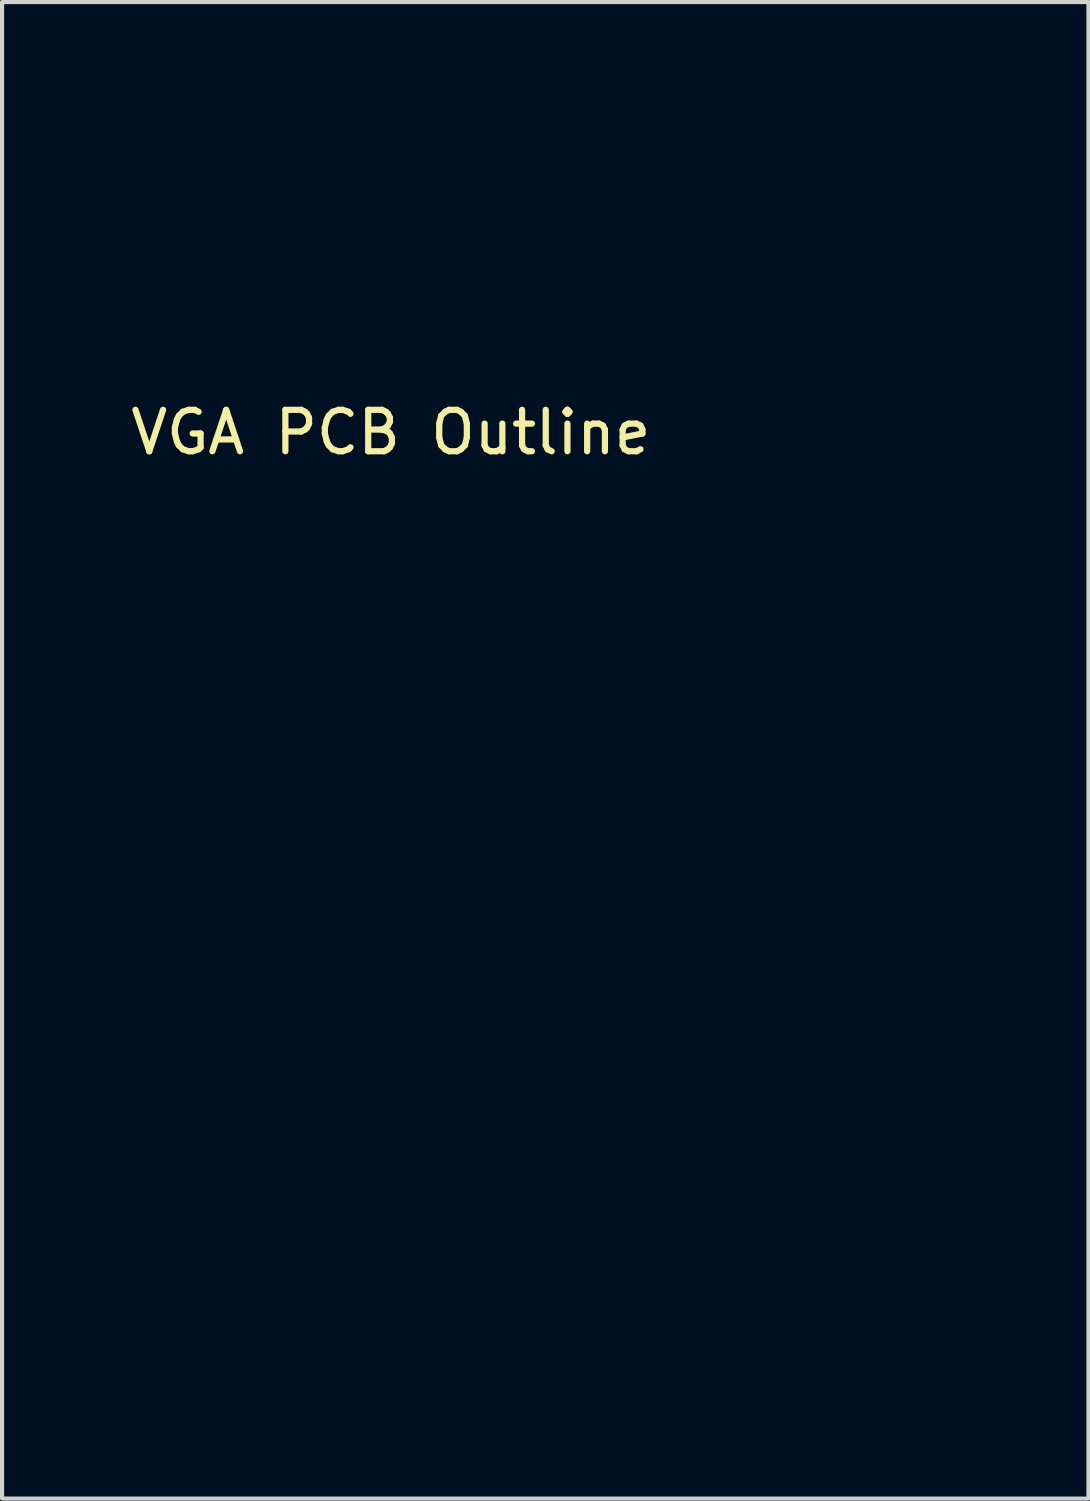
<source format=kicad_pcb>
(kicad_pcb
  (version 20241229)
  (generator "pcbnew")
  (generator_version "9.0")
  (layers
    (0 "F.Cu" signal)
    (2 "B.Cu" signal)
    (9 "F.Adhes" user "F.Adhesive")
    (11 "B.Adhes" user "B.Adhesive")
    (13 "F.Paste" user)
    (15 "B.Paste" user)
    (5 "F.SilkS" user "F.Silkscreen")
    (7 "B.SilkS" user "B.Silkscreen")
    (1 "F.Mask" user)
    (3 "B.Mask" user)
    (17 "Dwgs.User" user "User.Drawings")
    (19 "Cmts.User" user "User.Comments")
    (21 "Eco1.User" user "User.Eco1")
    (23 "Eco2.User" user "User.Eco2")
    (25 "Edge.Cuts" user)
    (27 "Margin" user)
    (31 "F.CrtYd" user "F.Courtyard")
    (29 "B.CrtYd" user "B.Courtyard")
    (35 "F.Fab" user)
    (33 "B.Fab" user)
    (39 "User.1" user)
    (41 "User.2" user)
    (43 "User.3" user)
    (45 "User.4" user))
  (footprint "VGA PCB Outline"
    (layer "F.Cu")
    (at 13.962 15.064)
    (property "Reference" "VGA PCB Outline" (at -7.575 -7.675 0) (unlocked yes) (layer "F.SilkS") (effects (font (size 1 1) (thickness 0.15))))
    (attr smd)
    (fp_poly (pts (xy 0.592 -15.014) (xy 0.97 -15.014) (xy 1.323 -15.014) (xy 1.652 -15.014) (xy 1.957 -15.014) (xy 2.239 -15.013) (xy 2.5 -15.013) (xy 2.74 -15.013) (xy 2.961 -15.013) (xy 3.162 -15.012) (xy 3.345 -15.012) (xy 3.511 -15.011) (xy 3.66 -15.011) (xy 3.794 -15.01) (xy 3.913 -15.009) (xy 4.018 -15.008) (xy 4.111 -15.007) (xy 4.191 -15.006) (xy 4.261 -15.005) (xy 4.32 -15.004) (xy 4.369 -15.003) (xy 4.41 -15.001) (xy 4.444 -15) (xy 4.471 -14.998) (xy 4.491 -14.996) (xy 4.507 -14.994) (xy 4.511 -14.994) (xy 4.735 -14.947) (xy 4.943 -14.879) (xy 5.138 -14.791) (xy 5.321 -14.679) (xy 5.496 -14.543) (xy 5.618 -14.429) (xy 5.768 -14.264) (xy 5.896 -14.09) (xy 6.002 -13.905) (xy 6.089 -13.704) (xy 6.158 -13.485) (xy 6.178 -13.402) (xy 6.208 -13.272) (xy 6.212 0.871) (xy 6.216 15.014) (xy -4.009 15.014) (xy -4.009 12.052) (xy 0.017 12.052) (xy 0.017 12.149) (xy 0.023 12.245) (xy 0.033 12.329) (xy 0.044 12.384) (xy 0.095 12.532) (xy 0.159 12.662) (xy 0.241 12.782) (xy 0.336 12.889) (xy 0.455 12.997) (xy 0.579 13.083) (xy 0.712 13.149) (xy 0.86 13.197) (xy 1.022 13.229) (xy 1.104 13.236) (xy 1.202 13.234) (xy 1.301 13.224) (xy 1.46 13.189) (xy 1.617 13.132) (xy 1.708 13.086) (xy 1.785 13.035) (xy 1.868 12.967) (xy 1.951 12.889) (xy 2.027 12.806) (xy 2.088 12.726) (xy 2.11 12.692) (xy 2.188 12.536) (xy 2.24 12.375) (xy 2.269 12.21) (xy 2.273 12.046) (xy 2.253 11.883) (xy 2.21 11.725) (xy 2.144 11.574) (xy 2.055 11.434) (xy 1.951 11.313) (xy 1.818 11.197) (xy 1.677 11.105) (xy 1.525 11.038) (xy 1.362 10.995) (xy 1.258 10.981) (xy 1.083 10.976) (xy 0.915 10.997) (xy 0.755 11.041) (xy 0.605 11.108) (xy 0.468 11.195) (xy 0.344 11.302) (xy 0.237 11.427) (xy 0.148 11.568) (xy 0.078 11.724) (xy 0.032 11.889) (xy 0.021 11.963) (xy 0.017 12.052) (xy -4.009 12.052) (xy -4.009 11.678) (xy -6.202 11.678) (xy -6.202 8.103) (xy -4.571 8.103) (xy -4.565 8.204) (xy -4.538 8.303) (xy -4.488 8.396) (xy -4.415 8.479) (xy -4.407 8.487) (xy -4.35 8.531) (xy -4.29 8.562) (xy -4.217 8.585) (xy -4.201 8.589) (xy -4.154 8.6) (xy -4.122 8.606) (xy -4.095 8.607) (xy -4.062 8.602) (xy -4.015 8.592) (xy -4.004 8.59) (xy -3.947 8.575) (xy -3.891 8.555) (xy -3.855 8.537) (xy -3.772 8.474) (xy -3.705 8.393) (xy -3.657 8.299) (xy -3.628 8.198) (xy -3.622 8.093) (xy -3.638 7.999) (xy -3.681 7.894) (xy -3.745 7.805) (xy -3.831 7.73) (xy -3.904 7.686) (xy -3.943 7.667) (xy -3.978 7.656) (xy -4.019 7.65) (xy -4.075 7.649) (xy -4.097 7.648) (xy -4.16 7.65) (xy -4.206 7.654) (xy -4.245 7.664) (xy -4.285 7.681) (xy -4.292 7.685) (xy -4.387 7.745) (xy -4.463 7.82) (xy -4.519 7.908) (xy -4.556 8.003) (xy -4.571 8.103) (xy -6.202 8.103) (xy -6.202 5.584) (xy -4.572 5.584) (xy -4.57 5.626) (xy -4.553 5.726) (xy -4.517 5.812) (xy -4.458 5.892) (xy -4.446 5.905) (xy -4.359 5.98) (xy -4.262 6.03) (xy -4.157 6.055) (xy -4.046 6.055) (xy -3.933 6.03) (xy -3.919 6.025) (xy -3.838 5.982) (xy -3.763 5.919) (xy -3.701 5.843) (xy -3.673 5.794) (xy -3.635 5.69) (xy -3.622 5.585) (xy -3.625 5.559) (xy 0.613 5.559) (xy 0.621 5.673) (xy 0.624 5.689) (xy 0.651 5.784) (xy 0.692 5.864) (xy 0.751 5.938) (xy 0.773 5.961) (xy 0.867 6.037) (xy 0.971 6.088) (xy 1.081 6.114) (xy 1.196 6.114) (xy 1.24 6.107) (xy 1.354 6.071) (xy 1.456 6.01) (xy 1.517 5.958) (xy 1.59 5.868) (xy 1.64 5.769) (xy 1.668 5.663) (xy 1.673 5.556) (xy 1.658 5.45) (xy 1.622 5.349) (xy 1.565 5.257) (xy 1.489 5.177) (xy 1.394 5.112) (xy 1.388 5.109) (xy 1.28 5.067) (xy 1.172 5.05) (xy 1.066 5.055) (xy 0.965 5.081) (xy 0.872 5.126) (xy 0.789 5.187) (xy 0.719 5.263) (xy 0.664 5.352) (xy 0.628 5.451) (xy 0.613 5.559) (xy -3.625 5.559) (xy -3.632 5.484) (xy -3.662 5.389) (xy -3.712 5.303) (xy -3.779 5.229) (xy -3.861 5.17) (xy -3.957 5.13) (xy -4.064 5.111) (xy -4.097 5.11) (xy -4.208 5.122) (xy -4.308 5.158) (xy -4.397 5.213) (xy -4.47 5.287) (xy -4.525 5.375) (xy -4.56 5.475) (xy -4.572 5.584) (xy -6.202 5.584) (xy -6.202 4.493) (xy -1.367 4.493) (xy -1.346 4.597) (xy -1.303 4.695) (xy -1.241 4.783) (xy -1.159 4.859) (xy -1.059 4.919) (xy -0.982 4.949) (xy -0.906 4.969) (xy -0.842 4.976) (xy -0.776 4.97) (xy -0.72 4.957) (xy -0.642 4.933) (xy -0.58 4.905) (xy -0.524 4.867) (xy -0.479 4.829) (xy -0.401 4.741) (xy -0.347 4.646) (xy -0.315 4.544) (xy -0.305 4.447) (xy 2.59 4.447) (xy 2.595 4.493) (xy 2.602 4.534) (xy 2.637 4.648) (xy 2.692 4.746) (xy 2.766 4.829) (xy 2.828 4.88) (xy 2.889 4.917) (xy 2.959 4.944) (xy 3.002 4.957) (xy 3.082 4.973) (xy 3.154 4.975) (xy 3.229 4.961) (xy 3.239 4.959) (xy 3.357 4.915) (xy 3.458 4.85) (xy 3.542 4.765) (xy 3.608 4.659) (xy 3.609 4.656) (xy 3.629 4.613) (xy 3.642 4.577) (xy 3.649 4.54) (xy 3.652 4.493) (xy 3.652 4.433) (xy 3.651 4.369) (xy 3.648 4.324) (xy 3.641 4.288) (xy 3.627 4.253) (xy 3.607 4.213) (xy 3.539 4.107) (xy 3.454 4.023) (xy 3.354 3.96) (xy 3.24 3.919) (xy 3.21 3.913) (xy 3.098 3.906) (xy 2.987 3.923) (xy 2.881 3.963) (xy 2.787 4.025) (xy 2.753 4.057) (xy 2.682 4.144) (xy 2.632 4.243) (xy 2.602 4.347) (xy 2.592 4.403) (xy 2.59 4.447) (xy -0.305 4.447) (xy -0.304 4.441) (xy -0.314 4.338) (xy -0.344 4.239) (xy -0.392 4.147) (xy -0.458 4.065) (xy -0.541 3.997) (xy -0.64 3.944) (xy -0.753 3.912) (xy -0.856 3.906) (xy -0.962 3.922) (xy -1.065 3.958) (xy -1.158 4.013) (xy -1.227 4.075) (xy -1.298 4.174) (xy -1.344 4.278) (xy -1.367 4.386) (xy -1.367 4.493) (xy -6.202 4.493) (xy -6.202 3.059) (xy -4.573 3.059) (xy -4.558 3.162) (xy -4.521 3.26) (xy -4.46 3.35) (xy -4.437 3.375) (xy -4.372 3.429) (xy -4.292 3.478) (xy -4.212 3.513) (xy -4.211 3.513) (xy -4.181 3.518) (xy -4.134 3.52) (xy -4.08 3.52) (xy -4.076 3.52) (xy -4.011 3.514) (xy -3.959 3.502) (xy -3.906 3.48) (xy -3.895 3.474) (xy -3.797 3.41) (xy -3.737 3.346) (xy 0.615 3.346) (xy 0.619 3.377) (xy 0.64 3.466) (xy 0.671 3.54) (xy 0.716 3.608) (xy 0.745 3.642) (xy 0.826 3.719) (xy 0.908 3.772) (xy 0.998 3.804) (xy 1.102 3.817) (xy 1.157 3.817) (xy 1.222 3.815) (xy 1.269 3.809) (xy 1.309 3.799) (xy 1.351 3.781) (xy 1.375 3.77) (xy 1.474 3.707) (xy 1.556 3.626) (xy 1.618 3.532) (xy 1.658 3.427) (xy 1.675 3.315) (xy 1.669 3.21) (xy 1.637 3.097) (xy 1.584 2.997) (xy 1.512 2.911) (xy 1.424 2.842) (xy 1.324 2.793) (xy 1.213 2.765) (xy 1.096 2.762) (xy 1.083 2.763) (xy 1.008 2.779) (xy 0.927 2.809) (xy 0.85 2.85) (xy 0.786 2.896) (xy 0.763 2.918) (xy 0.691 3.015) (xy 0.642 3.122) (xy 0.616 3.233) (xy 0.615 3.346) (xy -3.737 3.346) (xy -3.718 3.326) (xy -3.663 3.236) (xy -3.644 3.189) (xy -3.632 3.147) (xy -3.627 3.099) (xy -3.626 3.04) (xy -3.628 2.975) (xy -3.634 2.927) (xy -3.647 2.883) (xy -3.661 2.852) (xy -3.721 2.752) (xy -3.799 2.672) (xy -3.893 2.614) (xy -4.003 2.577) (xy -4.01 2.575) (xy -4.065 2.565) (xy -4.107 2.562) (xy -4.15 2.567) (xy -4.192 2.576) (xy -4.267 2.597) (xy -4.325 2.621) (xy -4.377 2.655) (xy -4.407 2.68) (xy -4.482 2.762) (xy -4.534 2.855) (xy -4.565 2.955) (xy -4.573 3.059) (xy -6.202 3.059) (xy -6.202 2.146) (xy -1.365 2.146) (xy -1.364 2.212) (xy -1.36 2.26) (xy -1.352 2.299) (xy -1.339 2.336) (xy -1.329 2.357) (xy -1.273 2.45) (xy -1.199 2.533) (xy -1.113 2.6) (xy -1.019 2.647) (xy -0.983 2.659) (xy -0.893 2.674) (xy -0.795 2.674) (xy -0.703 2.661) (xy -0.685 2.656) (xy -0.577 2.611) (xy -0.483 2.543) (xy -0.405 2.457) (xy -0.357 2.375) (xy -0.318 2.263) (xy -0.308 2.176) (xy 2.592 2.176) (xy 2.602 2.244) (xy 2.638 2.363) (xy 2.695 2.464) (xy 2.772 2.547) (xy 2.817 2.582) (xy 2.914 2.634) (xy 3.021 2.665) (xy 3.133 2.676) (xy 3.242 2.665) (xy 3.34 2.634) (xy 3.429 2.58) (xy 3.511 2.507) (xy 3.579 2.421) (xy 3.609 2.369) (xy 3.629 2.325) (xy 3.642 2.29) (xy 3.649 2.252) (xy 3.652 2.205) (xy 3.652 2.146) (xy 3.651 2.081) (xy 3.648 2.033) (xy 3.64 1.996) (xy 3.626 1.959) (xy 3.613 1.931) (xy 3.55 1.831) (xy 3.468 1.746) (xy 3.37 1.679) (xy 3.261 1.635) (xy 3.226 1.626) (xy 3.115 1.615) (xy 3.008 1.628) (xy 2.907 1.663) (xy 2.816 1.716) (xy 2.737 1.786) (xy 2.672 1.87) (xy 2.625 1.964) (xy 2.597 2.067) (xy 2.592 2.176) (xy -0.308 2.176) (xy -0.305 2.151) (xy -0.315 2.04) (xy -0.349 1.935) (xy -0.404 1.839) (xy -0.48 1.754) (xy -0.575 1.686) (xy -0.616 1.664) (xy -0.662 1.643) (xy -0.701 1.631) (xy -0.741 1.624) (xy -0.792 1.622) (xy -0.834 1.622) (xy -0.906 1.624) (xy -0.961 1.63) (xy -1.009 1.642) (xy -1.039 1.653) (xy -1.129 1.702) (xy -1.211 1.773) (xy -1.283 1.862) (xy -1.313 1.913) (xy -1.337 1.96) (xy -1.352 1.995) (xy -1.361 2.03) (xy -1.364 2.071) (xy -1.365 2.128) (xy -1.365 2.146) (xy -6.202 2.146) (xy -6.202 0.496) (xy -4.574 0.496) (xy -4.564 0.598) (xy -4.534 0.695) (xy -4.482 0.785) (xy -4.409 0.863) (xy -4.383 0.883) (xy -4.285 0.94) (xy -4.181 0.973) (xy -4.075 0.981) (xy -3.996 0.967) (xy 0.614 0.967) (xy 0.619 1.08) (xy 0.646 1.19) (xy 0.67 1.248) (xy 0.698 1.296) (xy 0.739 1.344) (xy 0.76 1.366) (xy 0.855 1.445) (xy 0.959 1.499) (xy 1.069 1.529) (xy 1.184 1.532) (xy 1.301 1.509) (xy 1.302 1.509) (xy 1.411 1.462) (xy 1.503 1.394) (xy 1.577 1.31) (xy 1.631 1.21) (xy 1.663 1.099) (xy 1.672 1.002) (xy 1.66 0.883) (xy 1.624 0.774) (xy 1.566 0.678) (xy 1.489 0.597) (xy 1.393 0.533) (xy 1.307 0.498) (xy 1.191 0.474) (xy 1.08 0.474) (xy 0.976 0.497) (xy 0.88 0.54) (xy 0.796 0.6) (xy 0.725 0.675) (xy 0.669 0.763) (xy 0.632 0.861) (xy 0.614 0.967) (xy -3.996 0.967) (xy -3.97 0.963) (xy -3.949 0.956) (xy -3.848 0.908) (xy -3.765 0.842) (xy -3.699 0.762) (xy -3.653 0.67) (xy -3.627 0.572) (xy -3.623 0.47) (xy -3.64 0.368) (xy -3.681 0.269) (xy -3.727 0.202) (xy -3.793 0.137) (xy -3.878 0.082) (xy -3.974 0.043) (xy -4.003 0.035) (xy -4.056 0.023) (xy -4.096 0.019) (xy -4.134 0.021) (xy -4.182 0.031) (xy -4.189 0.033) (xy -4.252 0.049) (xy -4.297 0.065) (xy -4.337 0.086) (xy -4.379 0.117) (xy -4.396 0.13) (xy -4.473 0.208) (xy -4.528 0.298) (xy -4.561 0.395) (xy -4.574 0.496) (xy -6.202 0.496) (xy -6.202 -0.141) (xy -1.365 -0.141) (xy -1.364 -0.076) (xy -1.36 -0.029) (xy -1.353 0.008) (xy -1.339 0.045) (xy -1.326 0.074) (xy -1.287 0.138) (xy -1.235 0.203) (xy -1.176 0.263) (xy -1.117 0.31) (xy -1.083 0.329) (xy -0.967 0.371) (xy -0.85 0.387) (xy -0.734 0.378) (xy -0.623 0.343) (xy -0.613 0.339) (xy -0.516 0.279) (xy -0.435 0.202) (xy -0.371 0.109) (xy -0.328 0.007) (xy -0.309 -0.091) (xy 2.595 -0.091) (xy 2.616 0.015) (xy 2.66 0.116) (xy 2.727 0.21) (xy 2.743 0.227) (xy 2.835 0.303) (xy 2.938 0.355) (xy 3.049 0.383) (xy 3.166 0.386) (xy 3.263 0.369) (xy 3.371 0.328) (xy 3.466 0.263) (xy 3.548 0.175) (xy 3.608 0.078) (xy 3.628 0.036) (xy 3.641 0.002) (xy 3.648 -0.034) (xy 3.651 -0.081) (xy 3.652 -0.141) (xy 3.652 -0.205) (xy 3.649 -0.251) (xy 3.641 -0.288) (xy 3.628 -0.324) (xy 3.609 -0.364) (xy 3.552 -0.454) (xy 3.476 -0.536) (xy 3.389 -0.603) (xy 3.34 -0.63) (xy 3.301 -0.647) (xy 3.266 -0.657) (xy 3.226 -0.663) (xy 3.173 -0.666) (xy 3.121 -0.666) (xy 3.054 -0.665) (xy 3.005 -0.662) (xy 2.968 -0.655) (xy 2.933 -0.643) (xy 2.906 -0.631) (xy 2.805 -0.57) (xy 2.723 -0.492) (xy 2.661 -0.402) (xy 2.618 -0.303) (xy 2.596 -0.198) (xy 2.595 -0.091) (xy -0.309 -0.091) (xy -0.307 -0.102) (xy -0.31 -0.213) (xy -0.315 -0.243) (xy -0.352 -0.361) (xy -0.409 -0.461) (xy -0.486 -0.544) (xy -0.584 -0.61) (xy -0.665 -0.647) (xy -0.756 -0.668) (xy -0.856 -0.673) (xy -0.958 -0.66) (xy -1.052 -0.63) (xy -1.059 -0.627) (xy -1.138 -0.579) (xy -1.215 -0.512) (xy -1.281 -0.434) (xy -1.329 -0.354) (xy -1.346 -0.313) (xy -1.357 -0.276) (xy -1.363 -0.235) (xy -1.365 -0.179) (xy -1.365 -0.141) (xy -6.202 -0.141) (xy -6.202 -1.246) (xy 0.613 -1.246) (xy 0.618 -1.205) (xy 0.65 -1.091) (xy 0.703 -0.991) (xy 0.774 -0.906) (xy 0.861 -0.838) (xy 0.96 -0.789) (xy 1.068 -0.762) (xy 1.182 -0.758) (xy 1.254 -0.769) (xy 1.366 -0.805) (xy 1.465 -0.864) (xy 1.547 -0.943) (xy 1.611 -1.039) (xy 1.654 -1.15) (xy 1.663 -1.186) (xy 1.675 -1.304) (xy 1.661 -1.418) (xy 1.622 -1.524) (xy 1.558 -1.62) (xy 1.513 -1.667) (xy 1.424 -1.737) (xy 1.327 -1.788) (xy 1.225 -1.818) (xy 1.126 -1.826) (xy 1.066 -1.819) (xy 0.95 -1.783) (xy 0.847 -1.726) (xy 0.76 -1.653) (xy 0.691 -1.566) (xy 0.643 -1.467) (xy 0.616 -1.359) (xy 0.613 -1.246) (xy -6.202 -1.246) (xy -6.202 -2.07) (xy -4.573 -2.07) (xy -4.568 -1.965) (xy -4.542 -1.867) (xy -4.497 -1.779) (xy -4.435 -1.702) (xy -4.358 -1.639) (xy -4.27 -1.594) (xy -4.173 -1.567) (xy -4.069 -1.563) (xy -3.96 -1.582) (xy -3.939 -1.588) (xy -3.842 -1.634) (xy -3.762 -1.696) (xy -3.7 -1.771) (xy -3.657 -1.856) (xy -3.631 -1.948) (xy -3.624 -2.043) (xy -3.634 -2.138) (xy -3.662 -2.229) (xy -3.708 -2.314) (xy -3.773 -2.388) (xy -3.828 -2.428) (xy -1.365 -2.428) (xy -1.364 -2.365) (xy -1.361 -2.319) (xy -1.354 -2.283) (xy -1.34 -2.248) (xy -1.32 -2.208) (xy -1.253 -2.104) (xy -1.168 -2.019) (xy -1.07 -1.955) (xy -0.962 -1.916) (xy -0.891 -1.902) (xy -0.827 -1.899) (xy -0.756 -1.907) (xy -0.738 -1.911) (xy -0.626 -1.945) (xy -0.527 -2.001) (xy -0.443 -2.078) (xy -0.377 -2.173) (xy -0.33 -2.284) (xy -0.315 -2.341) (xy -0.305 -2.397) (xy -0.303 -2.435) (xy 2.592 -2.435) (xy 2.602 -2.332) (xy 2.632 -2.232) (xy 2.68 -2.14) (xy 2.747 -2.058) (xy 2.83 -1.99) (xy 2.929 -1.939) (xy 3.007 -1.915) (xy 3.082 -1.902) (xy 3.148 -1.9) (xy 3.218 -1.909) (xy 3.232 -1.912) (xy 3.344 -1.949) (xy 3.443 -2.009) (xy 3.528 -2.092) (xy 3.597 -2.195) (xy 3.606 -2.212) (xy 3.628 -2.258) (xy 3.642 -2.294) (xy 3.649 -2.332) (xy 3.652 -2.378) (xy 3.653 -2.435) (xy 3.652 -2.498) (xy 3.648 -2.543) (xy 3.641 -2.58) (xy 3.626 -2.617) (xy 3.607 -2.656) (xy 3.541 -2.762) (xy 3.459 -2.846) (xy 3.359 -2.909) (xy 3.242 -2.953) (xy 3.239 -2.954) (xy 3.173 -2.968) (xy 3.115 -2.972) (xy 3.054 -2.964) (xy 3.008 -2.953) (xy 2.929 -2.929) (xy 2.867 -2.901) (xy 2.811 -2.863) (xy 2.766 -2.824) (xy 2.689 -2.737) (xy 2.635 -2.641) (xy 2.603 -2.54) (xy 2.592 -2.435) (xy -0.303 -2.435) (xy -0.302 -2.441) (xy -0.307 -2.487) (xy -0.315 -2.53) (xy -0.35 -2.644) (xy -0.405 -2.741) (xy -0.479 -2.824) (xy -0.537 -2.872) (xy -0.592 -2.907) (xy -0.656 -2.933) (xy -0.735 -2.956) (xy -0.842 -2.969) (xy -0.949 -2.957) (xy -1.051 -2.922) (xy -1.146 -2.866) (xy -1.229 -2.79) (xy -1.298 -2.696) (xy -1.321 -2.653) (xy -1.342 -2.609) (xy -1.355 -2.573) (xy -1.362 -2.536) (xy -1.365 -2.489) (xy -1.365 -2.428) (xy -3.828 -2.428) (xy -3.855 -2.448) (xy -3.94 -2.487) (xy -4.047 -2.511) (xy -4.153 -2.51) (xy -4.255 -2.487) (xy -4.348 -2.443) (xy -4.43 -2.381) (xy -4.497 -2.301) (xy -4.544 -2.206) (xy -4.553 -2.18) (xy -4.573 -2.07) (xy -6.202 -2.07) (xy -6.202 -3.594) (xy 0.612 -3.594) (xy 0.623 -3.479) (xy 0.624 -3.473) (xy 0.653 -3.373) (xy 0.697 -3.289) (xy 0.761 -3.211) (xy 0.773 -3.2) (xy 0.865 -3.127) (xy 0.971 -3.076) (xy 1.029 -3.059) (xy 1.095 -3.046) (xy 1.152 -3.044) (xy 1.213 -3.05) (xy 1.26 -3.059) (xy 1.36 -3.092) (xy 1.451 -3.145) (xy 1.525 -3.211) (xy 1.595 -3.299) (xy 1.643 -3.398) (xy 1.669 -3.503) (xy 1.673 -3.609) (xy 1.657 -3.715) (xy 1.62 -3.815) (xy 1.564 -3.906) (xy 1.489 -3.985) (xy 1.396 -4.047) (xy 1.386 -4.052) (xy 1.275 -4.093) (xy 1.165 -4.11) (xy 1.058 -4.104) (xy 0.957 -4.077) (xy 0.864 -4.032) (xy 0.781 -3.97) (xy 0.713 -3.893) (xy 0.66 -3.804) (xy 0.626 -3.703) (xy 0.612 -3.594) (xy -6.202 -3.594) (xy -6.202 -4.732) (xy -1.372 -4.732) (xy -1.362 -4.625) (xy -1.33 -4.523) (xy -1.277 -4.429) (xy -1.206 -4.345) (xy -1.118 -4.276) (xy -1.014 -4.224) (xy -0.982 -4.213) (xy -0.906 -4.193) (xy -0.842 -4.186) (xy -0.776 -4.192) (xy -0.72 -4.205) (xy -0.642 -4.228) (xy -0.58 -4.256) (xy -0.524 -4.295) (xy -0.479 -4.333) (xy -0.401 -4.421) (xy -0.346 -4.52) (xy -0.314 -4.626) (xy -0.306 -4.716) (xy 2.589 -4.716) (xy 2.594 -4.67) (xy 2.602 -4.628) (xy 2.637 -4.514) (xy 2.692 -4.416) (xy 2.766 -4.333) (xy 2.864 -4.26) (xy 2.969 -4.212) (xy 3.08 -4.191) (xy 3.195 -4.195) (xy 3.3 -4.222) (xy 3.406 -4.273) (xy 3.497 -4.346) (xy 3.571 -4.439) (xy 3.627 -4.55) (xy 3.634 -4.567) (xy 3.656 -4.67) (xy 3.656 -4.778) (xy 3.633 -4.884) (xy 3.606 -4.95) (xy 3.542 -5.052) (xy 3.464 -5.133) (xy 3.376 -5.193) (xy 3.28 -5.233) (xy 3.181 -5.253) (xy 3.08 -5.254) (xy 2.981 -5.236) (xy 2.887 -5.199) (xy 2.8 -5.145) (xy 2.724 -5.072) (xy 2.662 -4.982) (xy 2.617 -4.875) (xy 2.602 -4.817) (xy 2.592 -4.761) (xy 2.589 -4.716) (xy -0.306 -4.716) (xy -0.305 -4.735) (xy -0.319 -4.844) (xy -0.356 -4.95) (xy -0.416 -5.047) (xy -0.457 -5.095) (xy -0.548 -5.17) (xy -0.647 -5.221) (xy -0.752 -5.25) (xy -0.858 -5.256) (xy -0.964 -5.24) (xy -1.065 -5.203) (xy -1.158 -5.145) (xy -1.24 -5.068) (xy -1.307 -4.97) (xy -1.321 -4.944) (xy -1.359 -4.839) (xy -1.372 -4.732) (xy -6.202 -4.732) (xy -6.202 -5.583) (xy -4.009 -5.583) (xy -4.009 -12.964) (xy 0.015 -12.964) (xy 0.015 -12.898) (xy 0.018 -12.844) (xy 0.026 -12.731) (xy 0.041 -12.636) (xy 0.063 -12.55) (xy 0.097 -12.462) (xy 0.115 -12.42) (xy 0.198 -12.271) (xy 0.303 -12.137) (xy 0.425 -12.02) (xy 0.564 -11.922) (xy 0.716 -11.845) (xy 0.879 -11.79) (xy 0.96 -11.772) (xy 1.042 -11.763) (xy 1.139 -11.762) (xy 1.243 -11.768) (xy 1.345 -11.781) (xy 1.436 -11.799) (xy 1.457 -11.805) (xy 1.604 -11.857) (xy 1.735 -11.925) (xy 1.854 -12.013) (xy 1.97 -12.123) (xy 1.972 -12.126) (xy 2.076 -12.253) (xy 2.157 -12.388) (xy 2.22 -12.538) (xy 2.243 -12.613) (xy 2.257 -12.682) (xy 2.266 -12.77) (xy 2.27 -12.866) (xy 2.27 -12.962) (xy 2.264 -13.05) (xy 2.255 -13.108) (xy 2.207 -13.277) (xy 2.135 -13.434) (xy 2.042 -13.576) (xy 1.929 -13.703) (xy 1.798 -13.811) (xy 1.649 -13.901) (xy 1.492 -13.967) (xy 1.443 -13.983) (xy 1.402 -13.995) (xy 1.363 -14.002) (xy 1.32 -14.007) (xy 1.266 -14.009) (xy 1.194 -14.01) (xy 1.15 -14.011) (xy 1.047 -14.01) (xy 0.964 -14.006) (xy 0.893 -13.996) (xy 0.827 -13.981) (xy 0.76 -13.958) (xy 0.683 -13.925) (xy 0.676 -13.922) (xy 0.531 -13.843) (xy 0.399 -13.743) (xy 0.283 -13.623) (xy 0.185 -13.487) (xy 0.106 -13.338) (xy 0.05 -13.177) (xy 0.039 -13.135) (xy 0.026 -13.072) (xy 0.018 -13.019) (xy 0.015 -12.964) (xy -4.009 -12.964) (xy -4.009 -15.014) (xy 0.188 -15.014)) (stroke (width 0.1) (type solid)) (fill no) (layer "Eco1.User")))
  (gr_rect
    (start -3 -3)
    (end 23.227 33.128)
    (stroke (width 0.1) (type default))
    (fill no)
    (layer "Edge.Cuts")))
</source>
